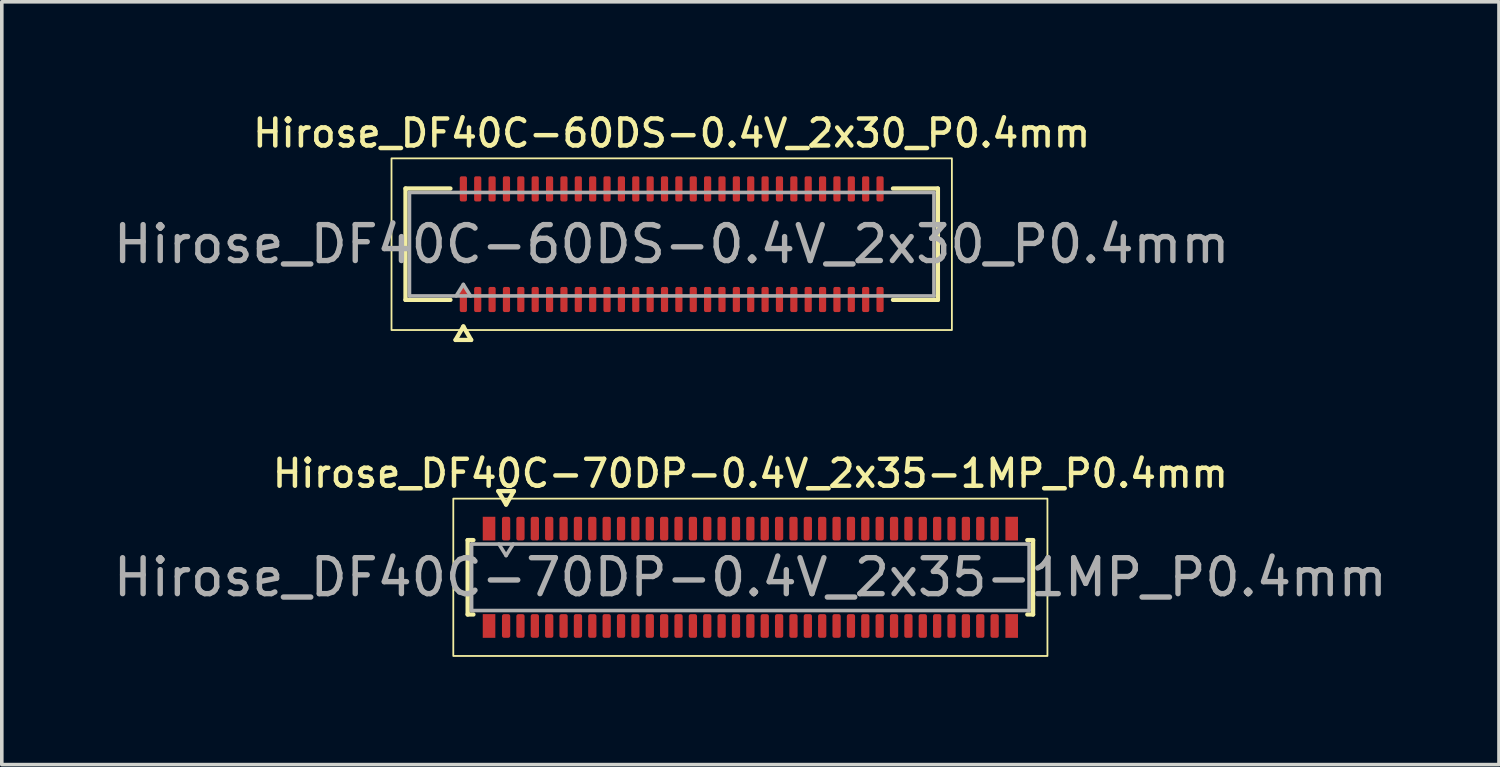
<source format=kicad_pcb>
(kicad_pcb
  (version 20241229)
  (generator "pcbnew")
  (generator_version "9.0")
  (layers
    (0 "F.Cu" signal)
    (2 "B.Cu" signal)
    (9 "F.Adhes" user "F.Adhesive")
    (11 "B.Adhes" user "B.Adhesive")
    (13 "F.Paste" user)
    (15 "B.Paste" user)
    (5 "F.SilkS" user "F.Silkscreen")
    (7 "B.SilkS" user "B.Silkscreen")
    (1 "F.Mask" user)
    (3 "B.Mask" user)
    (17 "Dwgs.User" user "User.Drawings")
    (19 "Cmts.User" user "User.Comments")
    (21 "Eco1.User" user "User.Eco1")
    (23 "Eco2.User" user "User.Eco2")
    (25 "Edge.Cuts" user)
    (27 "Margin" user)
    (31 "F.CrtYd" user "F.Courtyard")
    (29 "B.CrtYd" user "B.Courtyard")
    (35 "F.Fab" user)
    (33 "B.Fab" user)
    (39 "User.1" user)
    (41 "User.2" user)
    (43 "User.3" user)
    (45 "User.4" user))
  (footprint "Hirose_DF40C-60DS-0.4V_2x30_P0.4mm"
    (layer "F.Cu")
    (at 15.649 3.748)
    (property "Reference" "Hirose_DF40C-60DS-0.4V_2x30_P0.4mm" (at 0 -3.09 0) (layer "F.SilkS") (effects (font (size 0.75 0.75) (thickness 0.125))))
    (attr smd)
    (fp_line (start -7.41 -1.55) (end -6.16 -1.55) (stroke (width 0.12) (type solid)) (layer "F.SilkS"))
    (fp_line (start -7.41 1.55) (end -7.41 -1.55) (stroke (width 0.12) (type solid)) (layer "F.SilkS"))
    (fp_line (start -6.16 1.55) (end -7.41 1.55) (stroke (width 0.12) (type solid)) (layer "F.SilkS"))
    (fp_line (start -6.017 2.665) (end -5.8 2.29) (stroke (width 0.12) (type solid)) (layer "F.SilkS"))
    (fp_line (start -5.8 2.29) (end -5.583 2.665) (stroke (width 0.12) (type solid)) (layer "F.SilkS"))
    (fp_line (start -5.583 2.665) (end -6.017 2.665) (stroke (width 0.12) (type solid)) (layer "F.SilkS"))
    (fp_line (start 6.16 -1.55) (end 7.41 -1.55) (stroke (width 0.12) (type solid)) (layer "F.SilkS"))
    (fp_line (start 7.41 -1.55) (end 7.41 1.55) (stroke (width 0.12) (type solid)) (layer "F.SilkS"))
    (fp_line (start 7.41 1.55) (end 6.16 1.55) (stroke (width 0.12) (type solid)) (layer "F.SilkS"))
    (fp_rect (start -7.8 -2.39) (end 7.8 2.39) (stroke (width 0.05) (type solid)) (fill no) (layer "F.SilkS"))
    (fp_line (start -7.3 -1.44) (end 7.3 -1.44) (stroke (width 0.1) (type solid)) (layer "F.Fab"))
    (fp_line (start -7.3 1.44) (end -7.3 -1.44) (stroke (width 0.1) (type solid)) (layer "F.Fab"))
    (fp_line (start -6 1.44) (end -5.8 1.12) (stroke (width 0.1) (type solid)) (layer "F.Fab"))
    (fp_line (start -5.8 1.12) (end -5.6 1.44) (stroke (width 0.1) (type solid)) (layer "F.Fab"))
    (fp_line (start 7.3 -1.44) (end 7.3 1.44) (stroke (width 0.1) (type solid)) (layer "F.Fab"))
    (fp_line (start 7.3 1.44) (end -7.3 1.44) (stroke (width 0.1) (type solid)) (layer "F.Fab"))
    (fp_text user "${REFERENCE}" (at 0 0 0) (layer "F.Fab") (effects (font (size 1 1) (thickness 0.15))))
    (pad "1" smd roundrect (at -5.8 1.54) (size 0.2 0.7) (layers "F.Cu" "F.Mask" "F.Paste") (roundrect_rratio 0.25))
    (pad "2" smd roundrect (at -5.8 -1.54) (size 0.2 0.7) (layers "F.Cu" "F.Mask" "F.Paste") (roundrect_rratio 0.25))
    (pad "3" smd roundrect (at -5.4 1.54) (size 0.2 0.7) (layers "F.Cu" "F.Mask" "F.Paste") (roundrect_rratio 0.25))
    (pad "4" smd roundrect (at -5.4 -1.54) (size 0.2 0.7) (layers "F.Cu" "F.Mask" "F.Paste") (roundrect_rratio 0.25))
    (pad "5" smd roundrect (at -5 1.54) (size 0.2 0.7) (layers "F.Cu" "F.Mask" "F.Paste") (roundrect_rratio 0.25))
    (pad "6" smd roundrect (at -5 -1.54) (size 0.2 0.7) (layers "F.Cu" "F.Mask" "F.Paste") (roundrect_rratio 0.25))
    (pad "7" smd roundrect (at -4.6 1.54) (size 0.2 0.7) (layers "F.Cu" "F.Mask" "F.Paste") (roundrect_rratio 0.25))
    (pad "8" smd roundrect (at -4.6 -1.54) (size 0.2 0.7) (layers "F.Cu" "F.Mask" "F.Paste") (roundrect_rratio 0.25))
    (pad "9" smd roundrect (at -4.2 1.54) (size 0.2 0.7) (layers "F.Cu" "F.Mask" "F.Paste") (roundrect_rratio 0.25))
    (pad "10" smd roundrect (at -4.2 -1.54) (size 0.2 0.7) (layers "F.Cu" "F.Mask" "F.Paste") (roundrect_rratio 0.25))
    (pad "11" smd roundrect (at -3.8 1.54) (size 0.2 0.7) (layers "F.Cu" "F.Mask" "F.Paste") (roundrect_rratio 0.25))
    (pad "12" smd roundrect (at -3.8 -1.54) (size 0.2 0.7) (layers "F.Cu" "F.Mask" "F.Paste") (roundrect_rratio 0.25))
    (pad "13" smd roundrect (at -3.4 1.54) (size 0.2 0.7) (layers "F.Cu" "F.Mask" "F.Paste") (roundrect_rratio 0.25))
    (pad "14" smd roundrect (at -3.4 -1.54) (size 0.2 0.7) (layers "F.Cu" "F.Mask" "F.Paste") (roundrect_rratio 0.25))
    (pad "15" smd roundrect (at -3 1.54) (size 0.2 0.7) (layers "F.Cu" "F.Mask" "F.Paste") (roundrect_rratio 0.25))
    (pad "16" smd roundrect (at -3 -1.54) (size 0.2 0.7) (layers "F.Cu" "F.Mask" "F.Paste") (roundrect_rratio 0.25))
    (pad "17" smd roundrect (at -2.6 1.54) (size 0.2 0.7) (layers "F.Cu" "F.Mask" "F.Paste") (roundrect_rratio 0.25))
    (pad "18" smd roundrect (at -2.6 -1.54) (size 0.2 0.7) (layers "F.Cu" "F.Mask" "F.Paste") (roundrect_rratio 0.25))
    (pad "19" smd roundrect (at -2.2 1.54) (size 0.2 0.7) (layers "F.Cu" "F.Mask" "F.Paste") (roundrect_rratio 0.25))
    (pad "20" smd roundrect (at -2.2 -1.54) (size 0.2 0.7) (layers "F.Cu" "F.Mask" "F.Paste") (roundrect_rratio 0.25))
    (pad "21" smd roundrect (at -1.8 1.54) (size 0.2 0.7) (layers "F.Cu" "F.Mask" "F.Paste") (roundrect_rratio 0.25))
    (pad "22" smd roundrect (at -1.8 -1.54) (size 0.2 0.7) (layers "F.Cu" "F.Mask" "F.Paste") (roundrect_rratio 0.25))
    (pad "23" smd roundrect (at -1.4 1.54) (size 0.2 0.7) (layers "F.Cu" "F.Mask" "F.Paste") (roundrect_rratio 0.25))
    (pad "24" smd roundrect (at -1.4 -1.54) (size 0.2 0.7) (layers "F.Cu" "F.Mask" "F.Paste") (roundrect_rratio 0.25))
    (pad "25" smd roundrect (at -1 1.54) (size 0.2 0.7) (layers "F.Cu" "F.Mask" "F.Paste") (roundrect_rratio 0.25))
    (pad "26" smd roundrect (at -1 -1.54) (size 0.2 0.7) (layers "F.Cu" "F.Mask" "F.Paste") (roundrect_rratio 0.25))
    (pad "27" smd roundrect (at -0.6 1.54) (size 0.2 0.7) (layers "F.Cu" "F.Mask" "F.Paste") (roundrect_rratio 0.25))
    (pad "28" smd roundrect (at -0.6 -1.54) (size 0.2 0.7) (layers "F.Cu" "F.Mask" "F.Paste") (roundrect_rratio 0.25))
    (pad "29" smd roundrect (at -0.2 1.54) (size 0.2 0.7) (layers "F.Cu" "F.Mask" "F.Paste") (roundrect_rratio 0.25))
    (pad "30" smd roundrect (at -0.2 -1.54) (size 0.2 0.7) (layers "F.Cu" "F.Mask" "F.Paste") (roundrect_rratio 0.25))
    (pad "31" smd roundrect (at 0.2 1.54) (size 0.2 0.7) (layers "F.Cu" "F.Mask" "F.Paste") (roundrect_rratio 0.25))
    (pad "32" smd roundrect (at 0.2 -1.54) (size 0.2 0.7) (layers "F.Cu" "F.Mask" "F.Paste") (roundrect_rratio 0.25))
    (pad "33" smd roundrect (at 0.6 1.54) (size 0.2 0.7) (layers "F.Cu" "F.Mask" "F.Paste") (roundrect_rratio 0.25))
    (pad "34" smd roundrect (at 0.6 -1.54) (size 0.2 0.7) (layers "F.Cu" "F.Mask" "F.Paste") (roundrect_rratio 0.25))
    (pad "35" smd roundrect (at 1 1.54) (size 0.2 0.7) (layers "F.Cu" "F.Mask" "F.Paste") (roundrect_rratio 0.25))
    (pad "36" smd roundrect (at 1 -1.54) (size 0.2 0.7) (layers "F.Cu" "F.Mask" "F.Paste") (roundrect_rratio 0.25))
    (pad "37" smd roundrect (at 1.4 1.54) (size 0.2 0.7) (layers "F.Cu" "F.Mask" "F.Paste") (roundrect_rratio 0.25))
    (pad "38" smd roundrect (at 1.4 -1.54) (size 0.2 0.7) (layers "F.Cu" "F.Mask" "F.Paste") (roundrect_rratio 0.25))
    (pad "39" smd roundrect (at 1.8 1.54) (size 0.2 0.7) (layers "F.Cu" "F.Mask" "F.Paste") (roundrect_rratio 0.25))
    (pad "40" smd roundrect (at 1.8 -1.54) (size 0.2 0.7) (layers "F.Cu" "F.Mask" "F.Paste") (roundrect_rratio 0.25))
    (pad "41" smd roundrect (at 2.2 1.54) (size 0.2 0.7) (layers "F.Cu" "F.Mask" "F.Paste") (roundrect_rratio 0.25))
    (pad "42" smd roundrect (at 2.2 -1.54) (size 0.2 0.7) (layers "F.Cu" "F.Mask" "F.Paste") (roundrect_rratio 0.25))
    (pad "43" smd roundrect (at 2.6 1.54) (size 0.2 0.7) (layers "F.Cu" "F.Mask" "F.Paste") (roundrect_rratio 0.25))
    (pad "44" smd roundrect (at 2.6 -1.54) (size 0.2 0.7) (layers "F.Cu" "F.Mask" "F.Paste") (roundrect_rratio 0.25))
    (pad "45" smd roundrect (at 3 1.54) (size 0.2 0.7) (layers "F.Cu" "F.Mask" "F.Paste") (roundrect_rratio 0.25))
    (pad "46" smd roundrect (at 3 -1.54) (size 0.2 0.7) (layers "F.Cu" "F.Mask" "F.Paste") (roundrect_rratio 0.25))
    (pad "47" smd roundrect (at 3.4 1.54) (size 0.2 0.7) (layers "F.Cu" "F.Mask" "F.Paste") (roundrect_rratio 0.25))
    (pad "48" smd roundrect (at 3.4 -1.54) (size 0.2 0.7) (layers "F.Cu" "F.Mask" "F.Paste") (roundrect_rratio 0.25))
    (pad "49" smd roundrect (at 3.8 1.54) (size 0.2 0.7) (layers "F.Cu" "F.Mask" "F.Paste") (roundrect_rratio 0.25))
    (pad "50" smd roundrect (at 3.8 -1.54) (size 0.2 0.7) (layers "F.Cu" "F.Mask" "F.Paste") (roundrect_rratio 0.25))
    (pad "51" smd roundrect (at 4.2 1.54) (size 0.2 0.7) (layers "F.Cu" "F.Mask" "F.Paste") (roundrect_rratio 0.25))
    (pad "52" smd roundrect (at 4.2 -1.54) (size 0.2 0.7) (layers "F.Cu" "F.Mask" "F.Paste") (roundrect_rratio 0.25))
    (pad "53" smd roundrect (at 4.6 1.54) (size 0.2 0.7) (layers "F.Cu" "F.Mask" "F.Paste") (roundrect_rratio 0.25))
    (pad "54" smd roundrect (at 4.6 -1.54) (size 0.2 0.7) (layers "F.Cu" "F.Mask" "F.Paste") (roundrect_rratio 0.25))
    (pad "55" smd roundrect (at 5 1.54) (size 0.2 0.7) (layers "F.Cu" "F.Mask" "F.Paste") (roundrect_rratio 0.25))
    (pad "56" smd roundrect (at 5 -1.54) (size 0.2 0.7) (layers "F.Cu" "F.Mask" "F.Paste") (roundrect_rratio 0.25))
    (pad "57" smd roundrect (at 5.4 1.54) (size 0.2 0.7) (layers "F.Cu" "F.Mask" "F.Paste") (roundrect_rratio 0.25))
    (pad "58" smd roundrect (at 5.4 -1.54) (size 0.2 0.7) (layers "F.Cu" "F.Mask" "F.Paste") (roundrect_rratio 0.25))
    (pad "59" smd roundrect (at 5.8 1.54) (size 0.2 0.7) (layers "F.Cu" "F.Mask" "F.Paste") (roundrect_rratio 0.25))
    (pad "60" smd roundrect (at 5.8 -1.54) (size 0.2 0.7) (layers "F.Cu" "F.Mask" "F.Paste") (roundrect_rratio 0.25)))
  (footprint "Hirose_DF40C-70DP-0.4V_2x35-1MP_P0.4mm"
    (layer "F.Cu")
    (at 17.839 13.021)
    (property "Reference" "Hirose_DF40C-70DP-0.4V_2x35-1MP_P0.4mm" (at 0 -2.89 0) (layer "F.SilkS") (effects (font (size 0.75 0.75) (thickness 0.125))))
    (attr smd)
    (fp_line (start -7.87 -1.035) (end -7.71 -1.035) (stroke (width 0.12) (type solid)) (layer "F.SilkS"))
    (fp_line (start -7.87 1.035) (end -7.87 -1.035) (stroke (width 0.12) (type solid)) (layer "F.SilkS"))
    (fp_line (start -7.71 1.035) (end -7.87 1.035) (stroke (width 0.12) (type solid)) (layer "F.SilkS"))
    (fp_line (start -7.017 -2.4) (end -6.8 -2.025) (stroke (width 0.12) (type solid)) (layer "F.SilkS"))
    (fp_line (start -6.8 -2.025) (end -6.583 -2.4) (stroke (width 0.12) (type solid)) (layer "F.SilkS"))
    (fp_line (start -6.583 -2.4) (end -7.017 -2.4) (stroke (width 0.12) (type solid)) (layer "F.SilkS"))
    (fp_line (start 7.71 -1.035) (end 7.87 -1.035) (stroke (width 0.12) (type solid)) (layer "F.SilkS"))
    (fp_line (start 7.87 -1.035) (end 7.87 1.035) (stroke (width 0.12) (type solid)) (layer "F.SilkS"))
    (fp_line (start 7.87 1.035) (end 7.71 1.035) (stroke (width 0.12) (type solid)) (layer "F.SilkS"))
    (fp_rect (start -8.27 -2.19) (end 8.27 2.19) (stroke (width 0.05) (type solid)) (fill no) (layer "F.SilkS"))
    (fp_line (start -7.76 -0.925) (end 7.76 -0.925) (stroke (width 0.1) (type solid)) (layer "F.Fab"))
    (fp_line (start -7.76 0.925) (end -7.76 -0.925) (stroke (width 0.1) (type solid)) (layer "F.Fab"))
    (fp_line (start -7 -0.925) (end -6.8 -0.605) (stroke (width 0.1) (type solid)) (layer "F.Fab"))
    (fp_line (start -6.8 -0.605) (end -6.6 -0.925) (stroke (width 0.1) (type solid)) (layer "F.Fab"))
    (fp_line (start 7.76 -0.925) (end 7.76 0.925) (stroke (width 0.1) (type solid)) (layer "F.Fab"))
    (fp_line (start 7.76 0.925) (end -7.76 0.925) (stroke (width 0.1) (type solid)) (layer "F.Fab"))
    (fp_text user "${REFERENCE}" (at 0 0 0) (layer "F.Fab") (effects (font (size 1 1) (thickness 0.15))))
    (pad "1" smd roundrect (at -6.8 -1.355) (size 0.23 0.66) (layers "F.Cu" "F.Mask" "F.Paste") (roundrect_rratio 0.25))
    (pad "2" smd roundrect (at -6.8 1.355) (size 0.23 0.66) (layers "F.Cu" "F.Mask" "F.Paste") (roundrect_rratio 0.25))
    (pad "3" smd roundrect (at -6.4 -1.355) (size 0.23 0.66) (layers "F.Cu" "F.Mask" "F.Paste") (roundrect_rratio 0.25))
    (pad "4" smd roundrect (at -6.4 1.355) (size 0.23 0.66) (layers "F.Cu" "F.Mask" "F.Paste") (roundrect_rratio 0.25))
    (pad "5" smd roundrect (at -6 -1.355) (size 0.23 0.66) (layers "F.Cu" "F.Mask" "F.Paste") (roundrect_rratio 0.25))
    (pad "6" smd roundrect (at -6 1.355) (size 0.23 0.66) (layers "F.Cu" "F.Mask" "F.Paste") (roundrect_rratio 0.25))
    (pad "7" smd roundrect (at -5.6 -1.355) (size 0.23 0.66) (layers "F.Cu" "F.Mask" "F.Paste") (roundrect_rratio 0.25))
    (pad "8" smd roundrect (at -5.6 1.355) (size 0.23 0.66) (layers "F.Cu" "F.Mask" "F.Paste") (roundrect_rratio 0.25))
    (pad "9" smd roundrect (at -5.2 -1.355) (size 0.23 0.66) (layers "F.Cu" "F.Mask" "F.Paste") (roundrect_rratio 0.25))
    (pad "10" smd roundrect (at -5.2 1.355) (size 0.23 0.66) (layers "F.Cu" "F.Mask" "F.Paste") (roundrect_rratio 0.25))
    (pad "11" smd roundrect (at -4.8 -1.355) (size 0.23 0.66) (layers "F.Cu" "F.Mask" "F.Paste") (roundrect_rratio 0.25))
    (pad "12" smd roundrect (at -4.8 1.355) (size 0.23 0.66) (layers "F.Cu" "F.Mask" "F.Paste") (roundrect_rratio 0.25))
    (pad "13" smd roundrect (at -4.4 -1.355) (size 0.23 0.66) (layers "F.Cu" "F.Mask" "F.Paste") (roundrect_rratio 0.25))
    (pad "14" smd roundrect (at -4.4 1.355) (size 0.23 0.66) (layers "F.Cu" "F.Mask" "F.Paste") (roundrect_rratio 0.25))
    (pad "15" smd roundrect (at -4 -1.355) (size 0.23 0.66) (layers "F.Cu" "F.Mask" "F.Paste") (roundrect_rratio 0.25))
    (pad "16" smd roundrect (at -4 1.355) (size 0.23 0.66) (layers "F.Cu" "F.Mask" "F.Paste") (roundrect_rratio 0.25))
    (pad "17" smd roundrect (at -3.6 -1.355) (size 0.23 0.66) (layers "F.Cu" "F.Mask" "F.Paste") (roundrect_rratio 0.25))
    (pad "18" smd roundrect (at -3.6 1.355) (size 0.23 0.66) (layers "F.Cu" "F.Mask" "F.Paste") (roundrect_rratio 0.25))
    (pad "19" smd roundrect (at -3.2 -1.355) (size 0.23 0.66) (layers "F.Cu" "F.Mask" "F.Paste") (roundrect_rratio 0.25))
    (pad "20" smd roundrect (at -3.2 1.355) (size 0.23 0.66) (layers "F.Cu" "F.Mask" "F.Paste") (roundrect_rratio 0.25))
    (pad "21" smd roundrect (at -2.8 -1.355) (size 0.23 0.66) (layers "F.Cu" "F.Mask" "F.Paste") (roundrect_rratio 0.25))
    (pad "22" smd roundrect (at -2.8 1.355) (size 0.23 0.66) (layers "F.Cu" "F.Mask" "F.Paste") (roundrect_rratio 0.25))
    (pad "23" smd roundrect (at -2.4 -1.355) (size 0.23 0.66) (layers "F.Cu" "F.Mask" "F.Paste") (roundrect_rratio 0.25))
    (pad "24" smd roundrect (at -2.4 1.355) (size 0.23 0.66) (layers "F.Cu" "F.Mask" "F.Paste") (roundrect_rratio 0.25))
    (pad "25" smd roundrect (at -2 -1.355) (size 0.23 0.66) (layers "F.Cu" "F.Mask" "F.Paste") (roundrect_rratio 0.25))
    (pad "26" smd roundrect (at -2 1.355) (size 0.23 0.66) (layers "F.Cu" "F.Mask" "F.Paste") (roundrect_rratio 0.25))
    (pad "27" smd roundrect (at -1.6 -1.355) (size 0.23 0.66) (layers "F.Cu" "F.Mask" "F.Paste") (roundrect_rratio 0.25))
    (pad "28" smd roundrect (at -1.6 1.355) (size 0.23 0.66) (layers "F.Cu" "F.Mask" "F.Paste") (roundrect_rratio 0.25))
    (pad "29" smd roundrect (at -1.2 -1.355) (size 0.23 0.66) (layers "F.Cu" "F.Mask" "F.Paste") (roundrect_rratio 0.25))
    (pad "30" smd roundrect (at -1.2 1.355) (size 0.23 0.66) (layers "F.Cu" "F.Mask" "F.Paste") (roundrect_rratio 0.25))
    (pad "31" smd roundrect (at -0.8 -1.355) (size 0.23 0.66) (layers "F.Cu" "F.Mask" "F.Paste") (roundrect_rratio 0.25))
    (pad "32" smd roundrect (at -0.8 1.355) (size 0.23 0.66) (layers "F.Cu" "F.Mask" "F.Paste") (roundrect_rratio 0.25))
    (pad "33" smd roundrect (at -0.4 -1.355) (size 0.23 0.66) (layers "F.Cu" "F.Mask" "F.Paste") (roundrect_rratio 0.25))
    (pad "34" smd roundrect (at -0.4 1.355) (size 0.23 0.66) (layers "F.Cu" "F.Mask" "F.Paste") (roundrect_rratio 0.25))
    (pad "35" smd roundrect (at 0 -1.355) (size 0.23 0.66) (layers "F.Cu" "F.Mask" "F.Paste") (roundrect_rratio 0.25))
    (pad "36" smd roundrect (at 0 1.355) (size 0.23 0.66) (layers "F.Cu" "F.Mask" "F.Paste") (roundrect_rratio 0.25))
    (pad "37" smd roundrect (at 0.4 -1.355) (size 0.23 0.66) (layers "F.Cu" "F.Mask" "F.Paste") (roundrect_rratio 0.25))
    (pad "38" smd roundrect (at 0.4 1.355) (size 0.23 0.66) (layers "F.Cu" "F.Mask" "F.Paste") (roundrect_rratio 0.25))
    (pad "39" smd roundrect (at 0.8 -1.355) (size 0.23 0.66) (layers "F.Cu" "F.Mask" "F.Paste") (roundrect_rratio 0.25))
    (pad "40" smd roundrect (at 0.8 1.355) (size 0.23 0.66) (layers "F.Cu" "F.Mask" "F.Paste") (roundrect_rratio 0.25))
    (pad "41" smd roundrect (at 1.2 -1.355) (size 0.23 0.66) (layers "F.Cu" "F.Mask" "F.Paste") (roundrect_rratio 0.25))
    (pad "42" smd roundrect (at 1.2 1.355) (size 0.23 0.66) (layers "F.Cu" "F.Mask" "F.Paste") (roundrect_rratio 0.25))
    (pad "43" smd roundrect (at 1.6 -1.355) (size 0.23 0.66) (layers "F.Cu" "F.Mask" "F.Paste") (roundrect_rratio 0.25))
    (pad "44" smd roundrect (at 1.6 1.355) (size 0.23 0.66) (layers "F.Cu" "F.Mask" "F.Paste") (roundrect_rratio 0.25))
    (pad "45" smd roundrect (at 2 -1.355) (size 0.23 0.66) (layers "F.Cu" "F.Mask" "F.Paste") (roundrect_rratio 0.25))
    (pad "46" smd roundrect (at 2 1.355) (size 0.23 0.66) (layers "F.Cu" "F.Mask" "F.Paste") (roundrect_rratio 0.25))
    (pad "47" smd roundrect (at 2.4 -1.355) (size 0.23 0.66) (layers "F.Cu" "F.Mask" "F.Paste") (roundrect_rratio 0.25))
    (pad "48" smd roundrect (at 2.4 1.355) (size 0.23 0.66) (layers "F.Cu" "F.Mask" "F.Paste") (roundrect_rratio 0.25))
    (pad "49" smd roundrect (at 2.8 -1.355) (size 0.23 0.66) (layers "F.Cu" "F.Mask" "F.Paste") (roundrect_rratio 0.25))
    (pad "50" smd roundrect (at 2.8 1.355) (size 0.23 0.66) (layers "F.Cu" "F.Mask" "F.Paste") (roundrect_rratio 0.25))
    (pad "51" smd roundrect (at 3.2 -1.355) (size 0.23 0.66) (layers "F.Cu" "F.Mask" "F.Paste") (roundrect_rratio 0.25))
    (pad "52" smd roundrect (at 3.2 1.355) (size 0.23 0.66) (layers "F.Cu" "F.Mask" "F.Paste") (roundrect_rratio 0.25))
    (pad "53" smd roundrect (at 3.6 -1.355) (size 0.23 0.66) (layers "F.Cu" "F.Mask" "F.Paste") (roundrect_rratio 0.25))
    (pad "54" smd roundrect (at 3.6 1.355) (size 0.23 0.66) (layers "F.Cu" "F.Mask" "F.Paste") (roundrect_rratio 0.25))
    (pad "55" smd roundrect (at 4 -1.355) (size 0.23 0.66) (layers "F.Cu" "F.Mask" "F.Paste") (roundrect_rratio 0.25))
    (pad "56" smd roundrect (at 4 1.355) (size 0.23 0.66) (layers "F.Cu" "F.Mask" "F.Paste") (roundrect_rratio 0.25))
    (pad "57" smd roundrect (at 4.4 -1.355) (size 0.23 0.66) (layers "F.Cu" "F.Mask" "F.Paste") (roundrect_rratio 0.25))
    (pad "58" smd roundrect (at 4.4 1.355) (size 0.23 0.66) (layers "F.Cu" "F.Mask" "F.Paste") (roundrect_rratio 0.25))
    (pad "59" smd roundrect (at 4.8 -1.355) (size 0.23 0.66) (layers "F.Cu" "F.Mask" "F.Paste") (roundrect_rratio 0.25))
    (pad "60" smd roundrect (at 4.8 1.355) (size 0.23 0.66) (layers "F.Cu" "F.Mask" "F.Paste") (roundrect_rratio 0.25))
    (pad "61" smd roundrect (at 5.2 -1.355) (size 0.23 0.66) (layers "F.Cu" "F.Mask" "F.Paste") (roundrect_rratio 0.25))
    (pad "62" smd roundrect (at 5.2 1.355) (size 0.23 0.66) (layers "F.Cu" "F.Mask" "F.Paste") (roundrect_rratio 0.25))
    (pad "63" smd roundrect (at 5.6 -1.355) (size 0.23 0.66) (layers "F.Cu" "F.Mask" "F.Paste") (roundrect_rratio 0.25))
    (pad "64" smd roundrect (at 5.6 1.355) (size 0.23 0.66) (layers "F.Cu" "F.Mask" "F.Paste") (roundrect_rratio 0.25))
    (pad "65" smd roundrect (at 6 -1.355) (size 0.23 0.66) (layers "F.Cu" "F.Mask" "F.Paste") (roundrect_rratio 0.25))
    (pad "66" smd roundrect (at 6 1.355) (size 0.23 0.66) (layers "F.Cu" "F.Mask" "F.Paste") (roundrect_rratio 0.25))
    (pad "67" smd roundrect (at 6.4 -1.355) (size 0.23 0.66) (layers "F.Cu" "F.Mask" "F.Paste") (roundrect_rratio 0.25))
    (pad "68" smd roundrect (at 6.4 1.355) (size 0.23 0.66) (layers "F.Cu" "F.Mask" "F.Paste") (roundrect_rratio 0.25))
    (pad "69" smd roundrect (at 6.8 -1.355) (size 0.23 0.66) (layers "F.Cu" "F.Mask" "F.Paste") (roundrect_rratio 0.25))
    (pad "70" smd roundrect (at 6.8 1.355) (size 0.23 0.66) (layers "F.Cu" "F.Mask" "F.Paste") (roundrect_rratio 0.25))
    (pad "MP" smd rect (at -7.275 -1.355) (size 0.35 0.66) (layers "F.Cu" "F.Mask" "F.Paste"))
    (pad "MP" smd rect (at -7.275 1.355) (size 0.35 0.66) (layers "F.Cu" "F.Mask" "F.Paste"))
    (pad "MP" smd rect (at 7.275 -1.355) (size 0.35 0.66) (layers "F.Cu" "F.Mask" "F.Paste"))
    (pad "MP" smd rect (at 7.275 1.355) (size 0.35 0.66) (layers "F.Cu" "F.Mask" "F.Paste")))
  (gr_rect
    (start -3 -3)
    (end 38.679 18.236)
    (stroke (width 0.1) (type default))
    (fill no)
    (layer "Edge.Cuts")))
</source>
